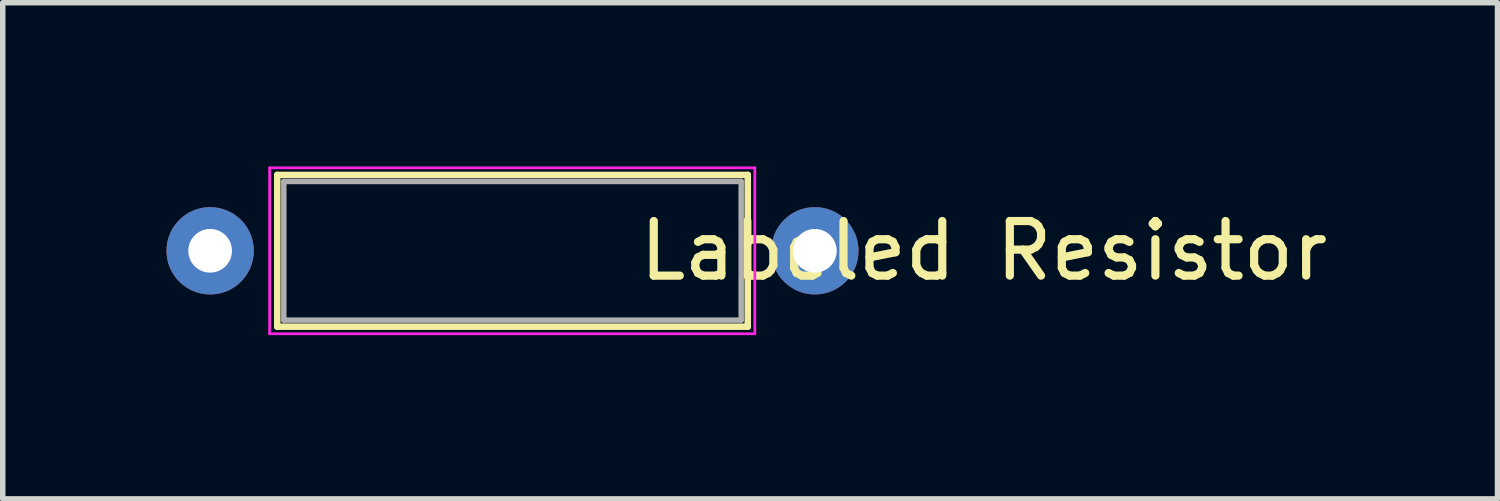
<source format=kicad_pcb>
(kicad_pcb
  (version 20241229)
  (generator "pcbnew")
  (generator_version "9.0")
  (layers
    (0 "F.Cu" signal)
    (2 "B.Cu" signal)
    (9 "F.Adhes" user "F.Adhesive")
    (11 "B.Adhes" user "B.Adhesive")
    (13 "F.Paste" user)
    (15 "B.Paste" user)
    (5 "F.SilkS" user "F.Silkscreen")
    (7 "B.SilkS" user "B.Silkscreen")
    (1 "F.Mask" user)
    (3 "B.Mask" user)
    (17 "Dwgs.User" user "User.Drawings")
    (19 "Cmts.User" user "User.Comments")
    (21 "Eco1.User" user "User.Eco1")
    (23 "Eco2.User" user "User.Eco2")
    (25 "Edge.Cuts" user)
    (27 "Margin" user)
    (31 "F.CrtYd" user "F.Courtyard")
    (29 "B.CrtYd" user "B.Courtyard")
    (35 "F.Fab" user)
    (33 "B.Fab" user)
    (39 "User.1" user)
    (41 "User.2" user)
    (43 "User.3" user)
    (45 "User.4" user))
  (footprint "Labeled Resistor"
    (layer "F.Cu")
    (at 3.8 1.545)
    (property "Reference" "Labeled Resistor" (at 11.176 0 0) (layer "F.SilkS") (effects (font (size 1 1) (thickness 0.15))))
    (attr through_hole)
    (fp_line (start -1.77 -1.39) (end -1.77 1.39) (stroke (width 0.12) (type solid)) (layer "F.SilkS"))
    (fp_line (start -1.77 -1.39) (end 6.85 -1.39) (stroke (width 0.12) (type solid)) (layer "F.SilkS"))
    (fp_line (start -1.77 1.39) (end 6.85 1.39) (stroke (width 0.12) (type solid)) (layer "F.SilkS"))
    (fp_line (start 6.85 -1.39) (end 6.85 1.39) (stroke (width 0.12) (type solid)) (layer "F.SilkS"))
    (fp_line (start -1.91 -1.52) (end -1.91 1.52) (stroke (width 0.05) (type solid)) (layer "F.CrtYd"))
    (fp_line (start -1.91 1.52) (end 6.98 1.52) (stroke (width 0.05) (type solid)) (layer "F.CrtYd"))
    (fp_line (start 6.98 -1.52) (end -1.91 -1.52) (stroke (width 0.05) (type solid)) (layer "F.CrtYd"))
    (fp_line (start 6.98 1.52) (end 6.98 -1.52) (stroke (width 0.05) (type solid)) (layer "F.CrtYd"))
    (fp_line (start -1.65 -1.27) (end -1.65 1.27) (stroke (width 0.1) (type solid)) (layer "F.Fab"))
    (fp_line (start -1.65 1.27) (end 6.73 1.27) (stroke (width 0.1) (type solid)) (layer "F.Fab"))
    (fp_line (start 6.73 -1.27) (end -1.65 -1.27) (stroke (width 0.1) (type solid)) (layer "F.Fab"))
    (fp_line (start 6.73 1.27) (end 6.73 -1.27) (stroke (width 0.1) (type solid)) (layer "F.Fab"))
    (pad "1" thru_hole circle (at -3 0) (size 1.6 1.6) (drill 0.8) (layers "*.Cu" "*.Mask"))
    (pad "2" thru_hole circle (at 8.08 0) (size 1.6 1.6) (drill 0.8) (layers "*.Cu" "*.Mask")))
  (gr_rect
    (start -3 -3)
    (end 24.387 6.09)
    (stroke (width 0.1) (type default))
    (fill no)
    (layer "Edge.Cuts")))
</source>
